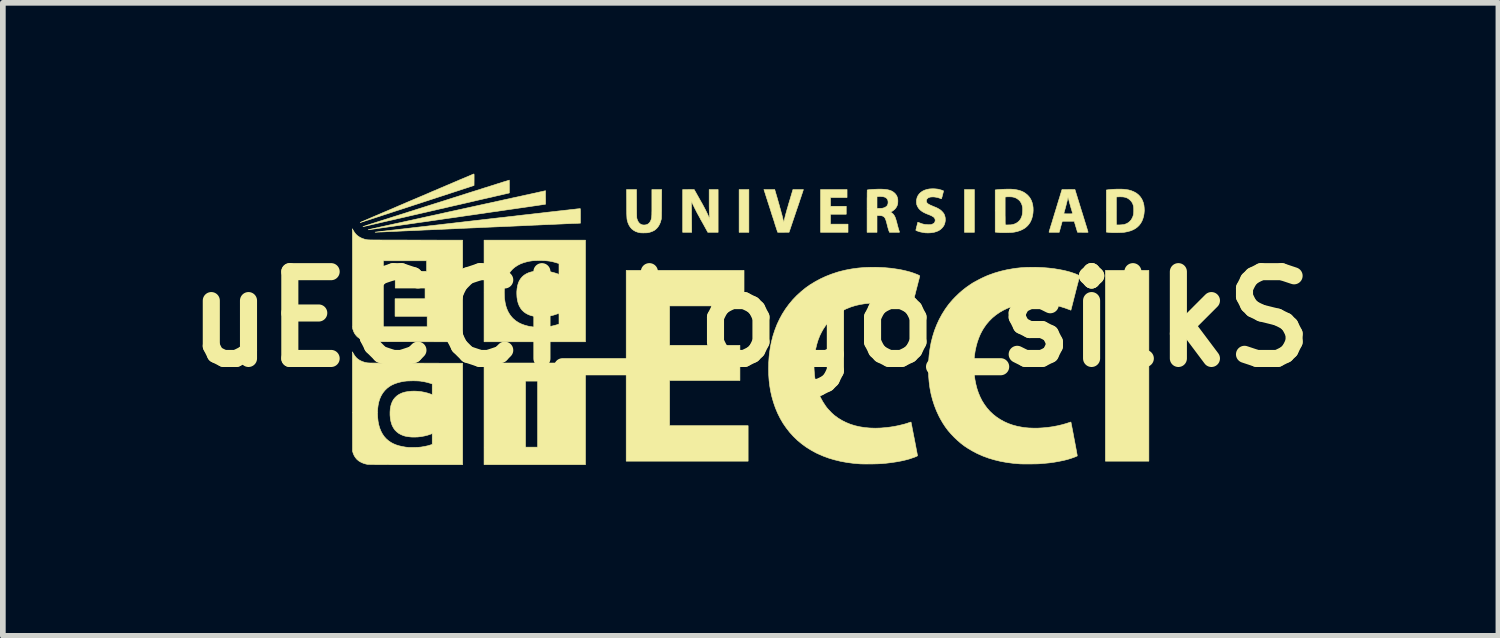
<source format=kicad_pcb>
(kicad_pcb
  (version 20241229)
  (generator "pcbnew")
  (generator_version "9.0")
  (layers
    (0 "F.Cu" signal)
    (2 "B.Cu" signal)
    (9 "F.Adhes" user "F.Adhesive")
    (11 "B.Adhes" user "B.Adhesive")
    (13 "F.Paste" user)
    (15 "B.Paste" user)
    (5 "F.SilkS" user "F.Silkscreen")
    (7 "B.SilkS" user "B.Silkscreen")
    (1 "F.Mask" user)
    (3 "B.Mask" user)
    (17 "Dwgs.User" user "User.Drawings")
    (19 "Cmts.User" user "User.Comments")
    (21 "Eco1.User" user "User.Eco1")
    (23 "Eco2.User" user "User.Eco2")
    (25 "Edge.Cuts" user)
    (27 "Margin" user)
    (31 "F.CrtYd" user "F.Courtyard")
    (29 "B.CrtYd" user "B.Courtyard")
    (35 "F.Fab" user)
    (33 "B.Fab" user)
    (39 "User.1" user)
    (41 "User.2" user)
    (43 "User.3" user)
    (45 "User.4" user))
  (footprint "uECCI_Logo_silkS"
    (layer "F.Cu")
    (at 10.131 2.555)
    (property "Reference" "uECCI_Logo_silkS" (at 0 0 0) (layer "F.SilkS") (effects (font (size 1.524 1.524) (thickness 0.3))))
    (attr through_hole)
    (fp_poly (pts (xy -0.031 -1.525) (xy -0.202 -1.525) (xy -0.202 -2.277) (xy -0.031 -2.277) (xy -0.031 -1.525)) (stroke (width 0.01) (type solid)) (fill yes) (layer "F.SilkS"))
    (fp_poly (pts (xy 3.929 -1.525) (xy 3.755 -1.525) (xy 3.755 -2.277) (xy 3.929 -2.277) (xy 3.929 -1.525)) (stroke (width 0.01) (type solid)) (fill yes) (layer "F.SilkS"))
    (fp_poly (pts (xy 6.993 2.493) (xy 6.23 2.493) (xy 6.23 -0.858) (xy 6.993 -0.858) (xy 6.993 2.493)) (stroke (width 0.01) (type solid)) (fill yes) (layer "F.SilkS"))
    (fp_poly (pts (xy -2.9 2.554) (xy -4.681 2.554) (xy -4.681 1.087) (xy -3.953 1.087) (xy -3.953 2.247) (xy -3.741 2.247) (xy -3.741 1.087) (xy -3.953 1.087) (xy -4.681 1.087) (xy -4.681 0.769) (xy -2.9 0.769) (xy -2.9 2.554)) (stroke (width 0.01) (type solid)) (fill yes) (layer "F.SilkS"))
    (fp_poly (pts (xy -0.116 -0.233) (xy -1.423 -0.233) (xy -1.423 0.458) (xy -0.188 0.458) (xy -0.188 1.077) (xy -1.423 1.077) (xy -1.423 1.87) (xy -0.044 1.87) (xy -0.044 2.493) (xy -2.185 2.493) (xy -2.185 -0.858) (xy -0.116 -0.858) (xy -0.116 -0.233)) (stroke (width 0.01) (type solid)) (fill yes) (layer "F.SilkS"))
    (fp_poly (pts (xy 1.693 -2.137) (xy 1.402 -2.137) (xy 1.402 -1.983) (xy 1.679 -1.983) (xy 1.679 -1.843) (xy 1.402 -1.843) (xy 1.402 -1.669) (xy 1.71 -1.669) (xy 1.71 -1.525) (xy 1.228 -1.525) (xy 1.228 -2.277) (xy 1.693 -2.277) (xy 1.693 -2.137)) (stroke (width 0.01) (type solid)) (fill yes) (layer "F.SilkS"))
    (fp_poly (pts (xy -0.991 -2.276) (xy -0.906 -2.125) (xy -0.875 -2.07) (xy -0.847 -2.021) (xy -0.823 -1.976) (xy -0.801 -1.935) (xy -0.782 -1.897) (xy -0.765 -1.862) (xy -0.75 -1.83) (xy -0.737 -1.8) (xy -0.718 -1.756) (xy -0.72 -1.783) (xy -0.722 -1.812) (xy -0.723 -1.838) (xy -0.725 -1.864) (xy -0.726 -1.89) (xy -0.727 -1.917) (xy -0.727 -1.946) (xy -0.728 -1.979) (xy -0.728 -2.016) (xy -0.728 -2.057) (xy -0.728 -2.095) (xy -0.728 -2.277) (xy -0.571 -2.277) (xy -0.571 -1.525) (xy -0.751 -1.525) (xy -0.847 -1.699) (xy -0.877 -1.752) (xy -0.877 -1.752) (xy -0.718 -1.752) (xy -0.716 -1.751) (xy -0.715 -1.752) (xy -0.716 -1.754) (xy -0.718 -1.752) (xy -0.877 -1.752) (xy -0.903 -1.801) (xy -0.927 -1.844) (xy -0.948 -1.883) (xy -0.966 -1.919) (xy -0.983 -1.952) (xy -0.997 -1.981) (xy -1.011 -2.009) (xy -1.023 -2.036) (xy -1.025 -2.04) (xy -1.031 -2.054) (xy -1.037 -2.064) (xy -1.04 -2.071) (xy -1.041 -2.071) (xy -1.041 -2.071) (xy -1.041 -2.066) (xy -1.041 -2.054) (xy -1.04 -2.037) (xy -1.04 -2.015) (xy -1.039 -1.988) (xy -1.039 -1.957) (xy -1.038 -1.922) (xy -1.038 -1.885) (xy -1.038 -1.845) (xy -1.037 -1.803) (xy -1.037 -1.793) (xy -1.035 -1.525) (xy -1.193 -1.525) (xy -1.193 -2.277) (xy -0.991 -2.276)) (stroke (width 0.01) (type solid)) (fill yes) (layer "F.SilkS"))
    (fp_poly (pts (xy -4.859 -2.55) (xy -4.858 -2.547) (xy -4.857 -2.543) (xy -4.856 -2.535) (xy -4.856 -2.523) (xy -4.856 -2.507) (xy -4.856 -2.486) (xy -4.856 -2.459) (xy -4.856 -2.45) (xy -4.857 -2.348) (xy -5.856 -2.022) (xy -5.936 -1.996) (xy -6.015 -1.97) (xy -6.091 -1.945) (xy -6.165 -1.921) (xy -6.237 -1.898) (xy -6.307 -1.875) (xy -6.373 -1.853) (xy -6.436 -1.833) (xy -6.496 -1.813) (xy -6.552 -1.795) (xy -6.604 -1.778) (xy -6.652 -1.762) (xy -6.695 -1.748) (xy -6.734 -1.736) (xy -6.768 -1.725) (xy -6.797 -1.715) (xy -6.82 -1.708) (xy -6.837 -1.702) (xy -6.849 -1.698) (xy -6.855 -1.696) (xy -6.855 -1.696) (xy -6.856 -1.699) (xy -6.856 -1.699) (xy -6.853 -1.7) (xy -6.844 -1.704) (xy -6.829 -1.711) (xy -6.809 -1.719) (xy -6.783 -1.73) (xy -6.753 -1.743) (xy -6.718 -1.758) (xy -6.679 -1.775) (xy -6.636 -1.794) (xy -6.589 -1.814) (xy -6.539 -1.835) (xy -6.486 -1.858) (xy -6.43 -1.882) (xy -6.371 -1.907) (xy -6.31 -1.933) (xy -6.247 -1.96) (xy -6.183 -1.988) (xy -6.117 -2.016) (xy -6.05 -2.045) (xy -5.982 -2.074) (xy -5.914 -2.103) (xy -5.845 -2.132) (xy -5.777 -2.161) (xy -5.709 -2.19) (xy -5.641 -2.219) (xy -5.575 -2.248) (xy -5.509 -2.275) (xy -5.445 -2.303) (xy -5.383 -2.329) (xy -5.323 -2.355) (xy -5.265 -2.379) (xy -5.21 -2.403) (xy -5.158 -2.425) (xy -5.11 -2.446) (xy -5.064 -2.465) (xy -5.023 -2.482) (xy -4.985 -2.498) (xy -4.952 -2.512) (xy -4.924 -2.524) (xy -4.901 -2.534) (xy -4.883 -2.542) (xy -4.87 -2.547) (xy -4.863 -2.55) (xy -4.862 -2.55) (xy -4.86 -2.55) (xy -4.859 -2.55)) (stroke (width 0.01) (type solid)) (fill yes) (layer "F.SilkS"))
    (fp_poly (pts (xy -6.982 -1.566) (xy -6.959 -1.528) (xy -6.933 -1.494) (xy -6.903 -1.466) (xy -6.868 -1.442) (xy -6.829 -1.422) (xy -6.784 -1.406) (xy -6.743 -1.396) (xy -6.74 -1.396) (xy -6.736 -1.395) (xy -6.731 -1.395) (xy -6.725 -1.394) (xy -6.718 -1.394) (xy -6.709 -1.393) (xy -6.698 -1.393) (xy -6.685 -1.392) (xy -6.669 -1.392) (xy -6.651 -1.392) (xy -6.63 -1.391) (xy -6.606 -1.391) (xy -6.578 -1.391) (xy -6.547 -1.391) (xy -6.511 -1.391) (xy -6.472 -1.39) (xy -6.427 -1.39) (xy -6.378 -1.39) (xy -6.324 -1.39) (xy -6.265 -1.39) (xy -6.2 -1.39) (xy -6.13 -1.39) (xy -6.053 -1.39) (xy -5.97 -1.389) (xy -5.886 -1.389) (xy -5.057 -1.388) (xy -5.057 0.397) (xy -5.867 0.396) (xy -5.941 0.396) (xy -6.013 0.396) (xy -6.084 0.396) (xy -6.152 0.396) (xy -6.217 0.396) (xy -6.279 0.396) (xy -6.339 0.396) (xy -6.394 0.395) (xy -6.446 0.395) (xy -6.494 0.395) (xy -6.537 0.395) (xy -6.575 0.395) (xy -6.609 0.395) (xy -6.637 0.395) (xy -6.659 0.395) (xy -6.675 0.395) (xy -6.685 0.394) (xy -6.689 0.394) (xy -6.74 0.386) (xy -6.788 0.374) (xy -6.831 0.357) (xy -6.87 0.336) (xy -6.904 0.311) (xy -6.916 0.299) (xy -6.937 0.275) (xy -6.954 0.25) (xy -6.969 0.221) (xy -6.981 0.188) (xy -6.982 0.186) (xy -6.991 0.156) (xy -6.992 -0.716) (xy -6.992 -1.026) (xy -6.449 -1.026) (xy -6.449 0.133) (xy -5.68 0.133) (xy -5.68 -0.051) (xy -6.244 -0.051) (xy -6.244 -0.359) (xy -5.717 -0.359) (xy -5.717 -0.547) (xy -6.241 -0.547) (xy -6.241 -0.841) (xy -5.69 -0.841) (xy -5.69 -1.026) (xy -6.449 -1.026) (xy -6.992 -1.026) (xy -6.993 -1.588) (xy -6.982 -1.566)) (stroke (width 0.01) (type solid)) (fill yes) (layer "F.SilkS"))
    (fp_poly (pts (xy -3.602 -2.138) (xy -3.601 -2.11) (xy -3.601 -2.085) (xy -3.601 -2.062) (xy -3.601 -2.044) (xy -3.601 -2.03) (xy -3.602 -2.021) (xy -3.602 -2.019) (xy -3.605 -2.018) (xy -3.615 -2.017) (xy -3.631 -2.014) (xy -3.654 -2.011) (xy -3.682 -2.007) (xy -3.715 -2.002) (xy -3.754 -1.996) (xy -3.797 -1.99) (xy -3.845 -1.983) (xy -3.898 -1.975) (xy -3.955 -1.967) (xy -4.016 -1.958) (xy -4.081 -1.949) (xy -4.148 -1.939) (xy -4.22 -1.929) (xy -4.294 -1.918) (xy -4.37 -1.907) (xy -4.449 -1.895) (xy -4.53 -1.884) (xy -4.613 -1.872) (xy -4.698 -1.859) (xy -4.784 -1.847) (xy -4.871 -1.834) (xy -4.959 -1.822) (xy -5.047 -1.809) (xy -5.136 -1.796) (xy -5.225 -1.783) (xy -5.314 -1.771) (xy -5.402 -1.758) (xy -5.489 -1.745) (xy -5.576 -1.733) (xy -5.661 -1.72) (xy -5.745 -1.708) (xy -5.827 -1.697) (xy -5.907 -1.685) (xy -5.985 -1.674) (xy -6.06 -1.663) (xy -6.133 -1.653) (xy -6.202 -1.643) (xy -6.268 -1.633) (xy -6.331 -1.624) (xy -6.39 -1.616) (xy -6.444 -1.608) (xy -6.495 -1.601) (xy -6.541 -1.594) (xy -6.582 -1.588) (xy -6.617 -1.583) (xy -6.648 -1.579) (xy -6.673 -1.575) (xy -6.692 -1.573) (xy -6.705 -1.571) (xy -6.711 -1.57) (xy -6.712 -1.57) (xy -6.715 -1.571) (xy -6.713 -1.572) (xy -6.709 -1.573) (xy -6.699 -1.575) (xy -6.683 -1.579) (xy -6.66 -1.584) (xy -6.632 -1.59) (xy -6.598 -1.597) (xy -6.559 -1.606) (xy -6.514 -1.616) (xy -6.465 -1.627) (xy -6.41 -1.639) (xy -6.352 -1.652) (xy -6.288 -1.666) (xy -6.221 -1.681) (xy -6.149 -1.696) (xy -6.074 -1.713) (xy -5.995 -1.73) (xy -5.913 -1.748) (xy -5.828 -1.767) (xy -5.739 -1.787) (xy -5.648 -1.807) (xy -5.555 -1.827) (xy -5.459 -1.848) (xy -5.361 -1.87) (xy -5.261 -1.892) (xy -5.16 -1.914) (xy -5.155 -1.915) (xy -3.602 -2.256) (xy -3.602 -2.138)) (stroke (width 0.01) (type solid)) (fill yes) (layer "F.SilkS"))
    (fp_poly (pts (xy 0.428 -2.259) (xy 0.449 -2.187) (xy 0.469 -2.12) (xy 0.486 -2.059) (xy 0.502 -2.004) (xy 0.515 -1.955) (xy 0.528 -1.911) (xy 0.538 -1.871) (xy 0.548 -1.837) (xy 0.556 -1.806) (xy 0.562 -1.78) (xy 0.568 -1.757) (xy 0.572 -1.738) (xy 0.575 -1.722) (xy 0.575 -1.722) (xy 0.577 -1.712) (xy 0.58 -1.705) (xy 0.581 -1.703) (xy 0.581 -1.704) (xy 0.583 -1.708) (xy 0.586 -1.719) (xy 0.589 -1.733) (xy 0.593 -1.749) (xy 0.593 -1.751) (xy 0.598 -1.77) (xy 0.603 -1.791) (xy 0.608 -1.813) (xy 0.615 -1.838) (xy 0.622 -1.865) (xy 0.631 -1.895) (xy 0.64 -1.93) (xy 0.652 -1.969) (xy 0.664 -2.012) (xy 0.679 -2.062) (xy 0.688 -2.092) (xy 0.743 -2.277) (xy 0.835 -2.277) (xy 0.859 -2.277) (xy 0.881 -2.277) (xy 0.9 -2.277) (xy 0.914 -2.276) (xy 0.923 -2.276) (xy 0.927 -2.275) (xy 0.927 -2.275) (xy 0.926 -2.271) (xy 0.922 -2.262) (xy 0.917 -2.246) (xy 0.911 -2.226) (xy 0.902 -2.201) (xy 0.892 -2.171) (xy 0.881 -2.137) (xy 0.868 -2.1) (xy 0.855 -2.059) (xy 0.84 -2.015) (xy 0.825 -1.97) (xy 0.808 -1.922) (xy 0.801 -1.9) (xy 0.675 -1.527) (xy 0.576 -1.526) (xy 0.55 -1.526) (xy 0.527 -1.526) (xy 0.507 -1.526) (xy 0.491 -1.526) (xy 0.48 -1.527) (xy 0.475 -1.527) (xy 0.474 -1.528) (xy 0.473 -1.531) (xy 0.47 -1.541) (xy 0.465 -1.556) (xy 0.458 -1.577) (xy 0.45 -1.602) (xy 0.44 -1.632) (xy 0.429 -1.665) (xy 0.418 -1.703) (xy 0.405 -1.743) (xy 0.391 -1.786) (xy 0.376 -1.831) (xy 0.361 -1.878) (xy 0.361 -1.879) (xy 0.346 -1.927) (xy 0.331 -1.973) (xy 0.317 -2.017) (xy 0.303 -2.059) (xy 0.291 -2.098) (xy 0.279 -2.134) (xy 0.269 -2.166) (xy 0.26 -2.194) (xy 0.253 -2.217) (xy 0.247 -2.234) (xy 0.243 -2.247) (xy 0.241 -2.253) (xy 0.233 -2.277) (xy 0.423 -2.277) (xy 0.428 -2.259)) (stroke (width 0.01) (type solid)) (fill yes) (layer "F.SilkS"))
    (fp_poly (pts (xy -2.003 -2.03) (xy -2.003 -1.983) (xy -2.003 -1.942) (xy -2.002 -1.906) (xy -2.002 -1.876) (xy -2.002 -1.851) (xy -2.001 -1.83) (xy -2.001 -1.813) (xy -2 -1.8) (xy -2 -1.789) (xy -1.999 -1.78) (xy -1.998 -1.774) (xy -1.997 -1.768) (xy -1.996 -1.764) (xy -1.996 -1.763) (xy -1.984 -1.73) (xy -1.969 -1.704) (xy -1.951 -1.683) (xy -1.93 -1.668) (xy -1.905 -1.658) (xy -1.892 -1.655) (xy -1.872 -1.654) (xy -1.852 -1.655) (xy -1.851 -1.655) (xy -1.822 -1.662) (xy -1.798 -1.674) (xy -1.778 -1.692) (xy -1.762 -1.715) (xy -1.749 -1.743) (xy -1.74 -1.777) (xy -1.737 -1.799) (xy -1.737 -1.808) (xy -1.736 -1.823) (xy -1.735 -1.845) (xy -1.735 -1.871) (xy -1.734 -1.903) (xy -1.734 -1.939) (xy -1.734 -1.978) (xy -1.734 -2.021) (xy -1.734 -2.052) (xy -1.734 -2.277) (xy -1.562 -2.277) (xy -1.564 -2.027) (xy -1.564 -1.979) (xy -1.564 -1.938) (xy -1.564 -1.903) (xy -1.565 -1.872) (xy -1.565 -1.847) (xy -1.565 -1.826) (xy -1.566 -1.808) (xy -1.566 -1.794) (xy -1.567 -1.782) (xy -1.567 -1.773) (xy -1.568 -1.765) (xy -1.569 -1.758) (xy -1.57 -1.752) (xy -1.572 -1.746) (xy -1.572 -1.746) (xy -1.585 -1.7) (xy -1.603 -1.659) (xy -1.625 -1.623) (xy -1.651 -1.592) (xy -1.682 -1.566) (xy -1.697 -1.556) (xy -1.716 -1.547) (xy -1.739 -1.537) (xy -1.764 -1.529) (xy -1.789 -1.522) (xy -1.81 -1.518) (xy -1.824 -1.517) (xy -1.842 -1.516) (xy -1.863 -1.516) (xy -1.885 -1.515) (xy -1.905 -1.516) (xy -1.922 -1.516) (xy -1.934 -1.517) (xy -1.978 -1.526) (xy -2.019 -1.54) (xy -2.054 -1.56) (xy -2.086 -1.584) (xy -2.112 -1.614) (xy -2.134 -1.648) (xy -2.152 -1.688) (xy -2.154 -1.694) (xy -2.158 -1.706) (xy -2.161 -1.717) (xy -2.164 -1.728) (xy -2.167 -1.738) (xy -2.169 -1.749) (xy -2.171 -1.761) (xy -2.172 -1.774) (xy -2.173 -1.79) (xy -2.174 -1.808) (xy -2.175 -1.83) (xy -2.176 -1.856) (xy -2.176 -1.886) (xy -2.177 -1.921) (xy -2.177 -1.961) (xy -2.177 -2.007) (xy -2.177 -2.03) (xy -2.179 -2.277) (xy -2.004 -2.277) (xy -2.003 -2.03)) (stroke (width 0.01) (type solid)) (fill yes) (layer "F.SilkS"))
    (fp_poly (pts (xy 4.574 -2.283) (xy 4.628 -2.279) (xy 4.676 -2.271) (xy 4.719 -2.261) (xy 4.759 -2.247) (xy 4.795 -2.23) (xy 4.827 -2.209) (xy 4.858 -2.184) (xy 4.86 -2.182) (xy 4.882 -2.159) (xy 4.901 -2.136) (xy 4.916 -2.11) (xy 4.928 -2.088) (xy 4.943 -2.048) (xy 4.954 -2.004) (xy 4.96 -1.958) (xy 4.961 -1.91) (xy 4.958 -1.862) (xy 4.95 -1.815) (xy 4.938 -1.769) (xy 4.921 -1.727) (xy 4.905 -1.696) (xy 4.88 -1.66) (xy 4.85 -1.628) (xy 4.816 -1.6) (xy 4.777 -1.577) (xy 4.734 -1.557) (xy 4.685 -1.541) (xy 4.63 -1.529) (xy 4.614 -1.527) (xy 4.599 -1.525) (xy 4.578 -1.523) (xy 4.553 -1.522) (xy 4.524 -1.521) (xy 4.495 -1.52) (xy 4.465 -1.52) (xy 4.437 -1.52) (xy 4.411 -1.52) (xy 4.388 -1.521) (xy 4.379 -1.521) (xy 4.36 -1.523) (xy 4.341 -1.525) (xy 4.325 -1.526) (xy 4.32 -1.527) (xy 4.295 -1.529) (xy 4.295 -2.144) (xy 4.469 -2.144) (xy 4.469 -1.902) (xy 4.469 -1.862) (xy 4.469 -1.824) (xy 4.47 -1.788) (xy 4.47 -1.756) (xy 4.47 -1.727) (xy 4.47 -1.702) (xy 4.471 -1.683) (xy 4.471 -1.668) (xy 4.471 -1.66) (xy 4.472 -1.657) (xy 4.476 -1.656) (xy 4.486 -1.655) (xy 4.5 -1.655) (xy 4.517 -1.655) (xy 4.535 -1.656) (xy 4.553 -1.656) (xy 4.57 -1.657) (xy 4.583 -1.659) (xy 4.59 -1.66) (xy 4.629 -1.67) (xy 4.665 -1.686) (xy 4.695 -1.707) (xy 4.721 -1.732) (xy 4.743 -1.763) (xy 4.759 -1.798) (xy 4.767 -1.824) (xy 4.771 -1.845) (xy 4.774 -1.871) (xy 4.776 -1.899) (xy 4.777 -1.927) (xy 4.776 -1.952) (xy 4.774 -1.969) (xy 4.765 -2.007) (xy 4.75 -2.042) (xy 4.731 -2.072) (xy 4.706 -2.097) (xy 4.677 -2.118) (xy 4.661 -2.127) (xy 4.641 -2.135) (xy 4.624 -2.141) (xy 4.605 -2.145) (xy 4.585 -2.148) (xy 4.561 -2.149) (xy 4.541 -2.149) (xy 4.522 -2.149) (xy 4.505 -2.149) (xy 4.491 -2.148) (xy 4.481 -2.147) (xy 4.479 -2.147) (xy 4.469 -2.144) (xy 4.295 -2.144) (xy 4.295 -2.27) (xy 4.331 -2.274) (xy 4.425 -2.281) (xy 4.515 -2.284) (xy 4.574 -2.283)) (stroke (width 0.01) (type solid)) (fill yes) (layer "F.SilkS"))
    (fp_poly (pts (xy -4.238 -2.438) (xy -4.238 -2.429) (xy -4.238 -2.414) (xy -4.237 -2.395) (xy -4.237 -2.373) (xy -4.237 -2.347) (xy -4.237 -2.329) (xy -4.237 -2.217) (xy -4.244 -2.215) (xy -4.248 -2.214) (xy -4.259 -2.211) (xy -4.275 -2.208) (xy -4.298 -2.202) (xy -4.326 -2.196) (xy -4.359 -2.188) (xy -4.398 -2.179) (xy -4.443 -2.169) (xy -4.491 -2.158) (xy -4.545 -2.145) (xy -4.603 -2.132) (xy -4.665 -2.118) (xy -4.731 -2.103) (xy -4.8 -2.087) (xy -4.873 -2.07) (xy -4.949 -2.052) (xy -5.029 -2.034) (xy -5.11 -2.015) (xy -5.195 -1.996) (xy -5.282 -1.976) (xy -5.37 -1.955) (xy -5.461 -1.935) (xy -5.524 -1.92) (xy -5.616 -1.899) (xy -5.706 -1.878) (xy -5.794 -1.858) (xy -5.88 -1.838) (xy -5.964 -1.819) (xy -6.045 -1.8) (xy -6.123 -1.782) (xy -6.198 -1.765) (xy -6.27 -1.748) (xy -6.339 -1.733) (xy -6.403 -1.718) (xy -6.464 -1.704) (xy -6.52 -1.691) (xy -6.572 -1.679) (xy -6.62 -1.668) (xy -6.662 -1.658) (xy -6.7 -1.649) (xy -6.731 -1.642) (xy -6.758 -1.636) (xy -6.778 -1.631) (xy -6.793 -1.628) (xy -6.801 -1.626) (xy -6.803 -1.625) (xy -6.807 -1.625) (xy -6.807 -1.627) (xy -6.803 -1.628) (xy -6.793 -1.631) (xy -6.778 -1.636) (xy -6.756 -1.643) (xy -6.73 -1.652) (xy -6.698 -1.662) (xy -6.661 -1.674) (xy -6.619 -1.687) (xy -6.573 -1.702) (xy -6.523 -1.718) (xy -6.47 -1.735) (xy -6.412 -1.753) (xy -6.352 -1.772) (xy -6.288 -1.793) (xy -6.221 -1.814) (xy -6.152 -1.836) (xy -6.081 -1.858) (xy -6.008 -1.882) (xy -5.933 -1.905) (xy -5.857 -1.93) (xy -5.78 -1.954) (xy -5.702 -1.979) (xy -5.623 -2.004) (xy -5.544 -2.029) (xy -5.464 -2.054) (xy -5.385 -2.079) (xy -5.307 -2.104) (xy -5.229 -2.129) (xy -5.152 -2.153) (xy -5.076 -2.177) (xy -5.002 -2.201) (xy -4.93 -2.224) (xy -4.86 -2.246) (xy -4.792 -2.267) (xy -4.727 -2.288) (xy -4.665 -2.308) (xy -4.605 -2.326) (xy -4.55 -2.344) (xy -4.498 -2.36) (xy -4.45 -2.376) (xy -4.406 -2.389) (xy -4.367 -2.402) (xy -4.332 -2.413) (xy -4.302 -2.422) (xy -4.278 -2.429) (xy -4.26 -2.435) (xy -4.247 -2.439) (xy -4.24 -2.441) (xy -4.239 -2.442) (xy -4.238 -2.438)) (stroke (width 0.01) (type solid)) (fill yes) (layer "F.SilkS"))
    (fp_poly (pts (xy 6.496 -2.284) (xy 6.545 -2.282) (xy 6.589 -2.277) (xy 6.628 -2.271) (xy 6.632 -2.271) (xy 6.682 -2.257) (xy 6.727 -2.239) (xy 6.768 -2.217) (xy 6.805 -2.189) (xy 6.836 -2.157) (xy 6.862 -2.121) (xy 6.88 -2.087) (xy 6.895 -2.047) (xy 6.906 -2.003) (xy 6.911 -1.956) (xy 6.913 -1.908) (xy 6.909 -1.86) (xy 6.902 -1.813) (xy 6.889 -1.768) (xy 6.873 -1.727) (xy 6.871 -1.722) (xy 6.848 -1.682) (xy 6.821 -1.647) (xy 6.79 -1.617) (xy 6.755 -1.591) (xy 6.714 -1.569) (xy 6.669 -1.551) (xy 6.618 -1.537) (xy 6.565 -1.527) (xy 6.549 -1.525) (xy 6.527 -1.523) (xy 6.5 -1.522) (xy 6.471 -1.521) (xy 6.441 -1.52) (xy 6.411 -1.52) (xy 6.382 -1.52) (xy 6.356 -1.52) (xy 6.333 -1.521) (xy 6.329 -1.522) (xy 6.311 -1.523) (xy 6.293 -1.525) (xy 6.277 -1.526) (xy 6.27 -1.527) (xy 6.247 -1.529) (xy 6.247 -2.144) (xy 6.422 -2.144) (xy 6.422 -1.902) (xy 6.422 -1.862) (xy 6.422 -1.824) (xy 6.422 -1.788) (xy 6.422 -1.756) (xy 6.423 -1.727) (xy 6.423 -1.702) (xy 6.423 -1.682) (xy 6.424 -1.668) (xy 6.424 -1.659) (xy 6.424 -1.657) (xy 6.429 -1.656) (xy 6.439 -1.655) (xy 6.454 -1.655) (xy 6.471 -1.655) (xy 6.49 -1.656) (xy 6.509 -1.657) (xy 6.527 -1.659) (xy 6.543 -1.66) (xy 6.555 -1.662) (xy 6.56 -1.663) (xy 6.597 -1.676) (xy 6.63 -1.694) (xy 6.658 -1.717) (xy 6.682 -1.744) (xy 6.698 -1.772) (xy 6.709 -1.794) (xy 6.716 -1.815) (xy 6.722 -1.836) (xy 6.725 -1.859) (xy 6.727 -1.885) (xy 6.727 -1.911) (xy 6.727 -1.942) (xy 6.725 -1.967) (xy 6.722 -1.988) (xy 6.716 -2.008) (xy 6.709 -2.028) (xy 6.702 -2.042) (xy 6.691 -2.06) (xy 6.675 -2.079) (xy 6.657 -2.097) (xy 6.638 -2.112) (xy 6.622 -2.123) (xy 6.6 -2.133) (xy 6.579 -2.14) (xy 6.556 -2.145) (xy 6.529 -2.148) (xy 6.498 -2.149) (xy 6.494 -2.149) (xy 6.475 -2.149) (xy 6.457 -2.148) (xy 6.443 -2.148) (xy 6.434 -2.147) (xy 6.431 -2.147) (xy 6.422 -2.144) (xy 6.247 -2.144) (xy 6.247 -2.269) (xy 6.281 -2.273) (xy 6.336 -2.279) (xy 6.39 -2.282) (xy 6.444 -2.284) (xy 6.496 -2.284)) (stroke (width 0.01) (type solid)) (fill yes) (layer "F.SilkS"))
    (fp_poly (pts (xy 5.695 -2.276) (xy 5.81 -1.903) (xy 5.826 -1.854) (xy 5.84 -1.807) (xy 5.854 -1.762) (xy 5.867 -1.72) (xy 5.879 -1.681) (xy 5.89 -1.646) (xy 5.9 -1.614) (xy 5.908 -1.587) (xy 5.915 -1.564) (xy 5.92 -1.546) (xy 5.924 -1.534) (xy 5.926 -1.528) (xy 5.926 -1.528) (xy 5.923 -1.527) (xy 5.913 -1.526) (xy 5.899 -1.526) (xy 5.881 -1.526) (xy 5.859 -1.526) (xy 5.835 -1.526) (xy 5.833 -1.526) (xy 5.74 -1.527) (xy 5.682 -1.72) (xy 5.472 -1.72) (xy 5.455 -1.658) (xy 5.448 -1.635) (xy 5.442 -1.612) (xy 5.436 -1.59) (xy 5.431 -1.571) (xy 5.428 -1.56) (xy 5.418 -1.525) (xy 5.328 -1.525) (xy 5.301 -1.525) (xy 5.28 -1.525) (xy 5.264 -1.525) (xy 5.253 -1.526) (xy 5.246 -1.527) (xy 5.242 -1.528) (xy 5.24 -1.529) (xy 5.24 -1.531) (xy 5.24 -1.531) (xy 5.242 -1.537) (xy 5.245 -1.548) (xy 5.25 -1.565) (xy 5.257 -1.587) (xy 5.265 -1.614) (xy 5.274 -1.644) (xy 5.285 -1.678) (xy 5.296 -1.714) (xy 5.307 -1.752) (xy 5.32 -1.793) (xy 5.332 -1.834) (xy 5.338 -1.852) (xy 5.499 -1.852) (xy 5.502 -1.852) (xy 5.511 -1.851) (xy 5.525 -1.851) (xy 5.543 -1.85) (xy 5.564 -1.85) (xy 5.577 -1.85) (xy 5.6 -1.85) (xy 5.619 -1.85) (xy 5.636 -1.851) (xy 5.648 -1.851) (xy 5.655 -1.851) (xy 5.656 -1.852) (xy 5.655 -1.855) (xy 5.652 -1.865) (xy 5.648 -1.879) (xy 5.643 -1.897) (xy 5.637 -1.918) (xy 5.63 -1.94) (xy 5.622 -1.967) (xy 5.614 -1.996) (xy 5.606 -2.025) (xy 5.598 -2.052) (xy 5.592 -2.075) (xy 5.59 -2.084) (xy 5.585 -2.103) (xy 5.58 -2.118) (xy 5.576 -2.13) (xy 5.574 -2.136) (xy 5.573 -2.137) (xy 5.571 -2.132) (xy 5.569 -2.122) (xy 5.565 -2.107) (xy 5.561 -2.09) (xy 5.557 -2.073) (xy 5.552 -2.052) (xy 5.545 -2.026) (xy 5.538 -1.997) (xy 5.53 -1.968) (xy 5.523 -1.94) (xy 5.521 -1.934) (xy 5.515 -1.912) (xy 5.509 -1.892) (xy 5.505 -1.875) (xy 5.501 -1.862) (xy 5.499 -1.854) (xy 5.499 -1.852) (xy 5.338 -1.852) (xy 5.345 -1.876) (xy 5.358 -1.918) (xy 5.371 -1.96) (xy 5.383 -2.001) (xy 5.395 -2.04) (xy 5.406 -2.077) (xy 5.417 -2.112) (xy 5.427 -2.143) (xy 5.435 -2.171) (xy 5.442 -2.194) (xy 5.448 -2.213) (xy 5.452 -2.226) (xy 5.454 -2.234) (xy 5.468 -2.277) (xy 5.695 -2.276)) (stroke (width 0.01) (type solid)) (fill yes) (layer "F.SilkS"))
    (fp_poly (pts (xy -2.992 -1.941) (xy -2.991 -1.936) (xy -2.99 -1.928) (xy -2.99 -1.916) (xy -2.989 -1.898) (xy -2.989 -1.876) (xy -2.989 -1.847) (xy -2.989 -1.814) (xy -2.989 -1.686) (xy -3.006 -1.686) (xy -3.01 -1.686) (xy -3.021 -1.685) (xy -3.038 -1.684) (xy -3.061 -1.683) (xy -3.09 -1.682) (xy -3.125 -1.681) (xy -3.165 -1.679) (xy -3.211 -1.677) (xy -3.261 -1.675) (xy -3.315 -1.672) (xy -3.374 -1.67) (xy -3.438 -1.667) (xy -3.505 -1.664) (xy -3.576 -1.661) (xy -3.65 -1.658) (xy -3.727 -1.654) (xy -3.807 -1.651) (xy -3.89 -1.647) (xy -3.975 -1.643) (xy -4.063 -1.639) (xy -4.152 -1.635) (xy -4.243 -1.631) (xy -4.335 -1.627) (xy -4.429 -1.623) (xy -4.523 -1.619) (xy -4.618 -1.615) (xy -4.714 -1.611) (xy -4.81 -1.606) (xy -4.906 -1.602) (xy -5.001 -1.598) (xy -5.096 -1.594) (xy -5.19 -1.589) (xy -5.283 -1.585) (xy -5.375 -1.581) (xy -5.465 -1.577) (xy -5.554 -1.573) (xy -5.641 -1.569) (xy -5.725 -1.566) (xy -5.806 -1.562) (xy -5.885 -1.558) (xy -5.961 -1.555) (xy -6.034 -1.552) (xy -6.103 -1.549) (xy -6.169 -1.546) (xy -6.23 -1.543) (xy -6.288 -1.54) (xy -6.34 -1.538) (xy -6.389 -1.536) (xy -6.432 -1.534) (xy -6.469 -1.532) (xy -6.502 -1.531) (xy -6.529 -1.53) (xy -6.549 -1.529) (xy -6.564 -1.528) (xy -6.572 -1.527) (xy -6.573 -1.527) (xy -6.584 -1.527) (xy -6.592 -1.527) (xy -6.594 -1.528) (xy -6.594 -1.528) (xy -6.59 -1.529) (xy -6.58 -1.53) (xy -6.564 -1.532) (xy -6.542 -1.535) (xy -6.513 -1.538) (xy -6.48 -1.542) (xy -6.44 -1.547) (xy -6.396 -1.552) (xy -6.347 -1.558) (xy -6.293 -1.564) (xy -6.235 -1.57) (xy -6.173 -1.578) (xy -6.106 -1.585) (xy -6.037 -1.593) (xy -5.963 -1.602) (xy -5.887 -1.611) (xy -5.807 -1.62) (xy -5.725 -1.629) (xy -5.641 -1.639) (xy -5.554 -1.649) (xy -5.465 -1.659) (xy -5.375 -1.67) (xy -5.283 -1.68) (xy -5.19 -1.691) (xy -5.096 -1.702) (xy -5.001 -1.713) (xy -4.905 -1.724) (xy -4.809 -1.735) (xy -4.714 -1.746) (xy -4.618 -1.757) (xy -4.523 -1.768) (xy -4.428 -1.779) (xy -4.335 -1.789) (xy -4.243 -1.8) (xy -4.152 -1.81) (xy -4.062 -1.821) (xy -3.975 -1.831) (xy -3.889 -1.84) (xy -3.807 -1.85) (xy -3.726 -1.859) (xy -3.649 -1.868) (xy -3.574 -1.877) (xy -3.503 -1.885) (xy -3.436 -1.892) (xy -3.372 -1.9) (xy -3.313 -1.906) (xy -3.257 -1.913) (xy -3.207 -1.918) (xy -3.161 -1.924) (xy -3.12 -1.928) (xy -3.084 -1.932) (xy -3.054 -1.936) (xy -3.03 -1.938) (xy -3.011 -1.94) (xy -2.999 -1.942) (xy -2.993 -1.942) (xy -2.993 -1.942) (xy -2.992 -1.941)) (stroke (width 0.01) (type solid)) (fill yes) (layer "F.SilkS"))
    (fp_poly (pts (xy 2.325 -2.282) (xy 2.365 -2.279) (xy 2.401 -2.274) (xy 2.432 -2.267) (xy 2.461 -2.257) (xy 2.482 -2.248) (xy 2.51 -2.23) (xy 2.535 -2.208) (xy 2.555 -2.183) (xy 2.566 -2.165) (xy 2.574 -2.144) (xy 2.58 -2.124) (xy 2.584 -2.103) (xy 2.585 -2.079) (xy 2.585 -2.069) (xy 2.583 -2.034) (xy 2.576 -2.003) (xy 2.563 -1.974) (xy 2.545 -1.947) (xy 2.535 -1.936) (xy 2.522 -1.923) (xy 2.507 -1.911) (xy 2.491 -1.899) (xy 2.477 -1.891) (xy 2.466 -1.886) (xy 2.46 -1.883) (xy 2.459 -1.881) (xy 2.462 -1.878) (xy 2.469 -1.873) (xy 2.478 -1.867) (xy 2.5 -1.849) (xy 2.519 -1.825) (xy 2.535 -1.796) (xy 2.547 -1.764) (xy 2.55 -1.755) (xy 2.554 -1.74) (xy 2.56 -1.721) (xy 2.566 -1.699) (xy 2.572 -1.675) (xy 2.576 -1.66) (xy 2.585 -1.626) (xy 2.593 -1.597) (xy 2.6 -1.574) (xy 2.606 -1.555) (xy 2.611 -1.54) (xy 2.614 -1.531) (xy 2.615 -1.529) (xy 2.614 -1.528) (xy 2.61 -1.527) (xy 2.604 -1.526) (xy 2.594 -1.526) (xy 2.58 -1.525) (xy 2.561 -1.525) (xy 2.535 -1.525) (xy 2.528 -1.525) (xy 2.439 -1.525) (xy 2.432 -1.542) (xy 2.427 -1.555) (xy 2.421 -1.572) (xy 2.415 -1.593) (xy 2.407 -1.62) (xy 2.399 -1.653) (xy 2.392 -1.681) (xy 2.383 -1.712) (xy 2.376 -1.737) (xy 2.368 -1.757) (xy 2.361 -1.773) (xy 2.353 -1.785) (xy 2.344 -1.795) (xy 2.342 -1.797) (xy 2.328 -1.806) (xy 2.313 -1.813) (xy 2.295 -1.817) (xy 2.272 -1.819) (xy 2.256 -1.819) (xy 2.219 -1.819) (xy 2.219 -1.525) (xy 2.045 -1.525) (xy 2.045 -1.896) (xy 2.045 -1.946) (xy 2.045 -1.994) (xy 2.045 -2.039) (xy 2.045 -2.082) (xy 2.045 -2.121) (xy 2.046 -2.15) (xy 2.219 -2.15) (xy 2.219 -1.946) (xy 2.256 -1.946) (xy 2.274 -1.946) (xy 2.293 -1.947) (xy 2.308 -1.948) (xy 2.315 -1.949) (xy 2.338 -1.955) (xy 2.36 -1.964) (xy 2.379 -1.976) (xy 2.392 -1.987) (xy 2.405 -2.007) (xy 2.412 -2.029) (xy 2.414 -2.055) (xy 2.414 -2.06) (xy 2.41 -2.086) (xy 2.4 -2.108) (xy 2.386 -2.125) (xy 2.366 -2.139) (xy 2.34 -2.148) (xy 2.31 -2.153) (xy 2.283 -2.154) (xy 2.266 -2.154) (xy 2.25 -2.154) (xy 2.238 -2.153) (xy 2.232 -2.152) (xy 2.219 -2.15) (xy 2.046 -2.15) (xy 2.046 -2.157) (xy 2.046 -2.188) (xy 2.046 -2.215) (xy 2.047 -2.237) (xy 2.047 -2.254) (xy 2.047 -2.264) (xy 2.048 -2.268) (xy 2.048 -2.269) (xy 2.053 -2.27) (xy 2.065 -2.272) (xy 2.081 -2.274) (xy 2.102 -2.276) (xy 2.125 -2.278) (xy 2.15 -2.279) (xy 2.176 -2.281) (xy 2.202 -2.282) (xy 2.227 -2.283) (xy 2.23 -2.283) (xy 2.28 -2.284) (xy 2.325 -2.282)) (stroke (width 0.01) (type solid)) (fill yes) (layer "F.SilkS"))
    (fp_poly (pts (xy -2.9 0.397) (xy -4.681 0.397) (xy -4.681 -0.474) (xy -4.326 -0.474) (xy -4.325 -0.441) (xy -4.324 -0.409) (xy -4.323 -0.38) (xy -4.321 -0.355) (xy -4.32 -0.351) (xy -4.31 -0.286) (xy -4.296 -0.226) (xy -4.277 -0.172) (xy -4.254 -0.122) (xy -4.225 -0.076) (xy -4.192 -0.034) (xy -4.167 -0.008) (xy -4.126 0.027) (xy -4.079 0.058) (xy -4.028 0.083) (xy -3.972 0.104) (xy -3.91 0.121) (xy -3.891 0.125) (xy -3.868 0.129) (xy -3.847 0.132) (xy -3.828 0.135) (xy -3.808 0.137) (xy -3.788 0.138) (xy -3.764 0.139) (xy -3.737 0.139) (xy -3.705 0.139) (xy -3.688 0.139) (xy -3.656 0.138) (xy -3.629 0.138) (xy -3.607 0.137) (xy -3.588 0.136) (xy -3.571 0.134) (xy -3.555 0.132) (xy -3.541 0.13) (xy -3.515 0.126) (xy -3.486 0.12) (xy -3.457 0.113) (xy -3.43 0.106) (xy -3.405 0.099) (xy -3.386 0.093) (xy -3.384 0.092) (xy -3.365 0.085) (xy -3.365 -0.009) (xy -3.365 -0.037) (xy -3.365 -0.059) (xy -3.365 -0.075) (xy -3.366 -0.087) (xy -3.366 -0.095) (xy -3.367 -0.099) (xy -3.368 -0.101) (xy -3.37 -0.102) (xy -3.371 -0.101) (xy -3.376 -0.1) (xy -3.387 -0.096) (xy -3.401 -0.091) (xy -3.417 -0.086) (xy -3.421 -0.084) (xy -3.47 -0.069) (xy -3.518 -0.058) (xy -3.566 -0.05) (xy -3.618 -0.045) (xy -3.674 -0.043) (xy -3.688 -0.043) (xy -3.723 -0.044) (xy -3.752 -0.045) (xy -3.779 -0.047) (xy -3.803 -0.051) (xy -3.826 -0.056) (xy -3.851 -0.062) (xy -3.855 -0.063) (xy -3.902 -0.08) (xy -3.944 -0.102) (xy -3.981 -0.128) (xy -4.014 -0.159) (xy -4.041 -0.195) (xy -4.064 -0.236) (xy -4.082 -0.282) (xy -4.095 -0.332) (xy -4.103 -0.386) (xy -4.106 -0.445) (xy -4.106 -0.484) (xy -4.101 -0.539) (xy -4.092 -0.59) (xy -4.079 -0.635) (xy -4.061 -0.676) (xy -4.038 -0.712) (xy -4.011 -0.744) (xy -3.979 -0.772) (xy -3.941 -0.796) (xy -3.931 -0.801) (xy -3.895 -0.817) (xy -3.857 -0.829) (xy -3.816 -0.838) (xy -3.771 -0.844) (xy -3.721 -0.847) (xy -3.666 -0.847) (xy -3.661 -0.847) (xy -3.609 -0.845) (xy -3.561 -0.84) (xy -3.517 -0.833) (xy -3.473 -0.822) (xy -3.427 -0.809) (xy -3.403 -0.801) (xy -3.365 -0.787) (xy -3.365 -0.977) (xy -3.405 -0.989) (xy -3.449 -1.002) (xy -3.491 -1.012) (xy -3.533 -1.02) (xy -3.577 -1.025) (xy -3.623 -1.029) (xy -3.674 -1.03) (xy -3.705 -1.031) (xy -3.744 -1.03) (xy -3.779 -1.029) (xy -3.809 -1.028) (xy -3.837 -1.025) (xy -3.864 -1.021) (xy -3.891 -1.017) (xy -3.921 -1.01) (xy -3.922 -1.01) (xy -3.984 -0.993) (xy -4.04 -0.972) (xy -4.091 -0.946) (xy -4.137 -0.916) (xy -4.179 -0.881) (xy -4.215 -0.841) (xy -4.246 -0.797) (xy -4.272 -0.748) (xy -4.293 -0.694) (xy -4.309 -0.636) (xy -4.32 -0.573) (xy -4.322 -0.557) (xy -4.324 -0.533) (xy -4.325 -0.505) (xy -4.326 -0.474) (xy -4.681 -0.474) (xy -4.681 -1.388) (xy -2.9 -1.388) (xy -2.9 0.397)) (stroke (width 0.01) (type solid)) (fill yes) (layer "F.SilkS"))
    (fp_poly (pts (xy 3.216 -2.29) (xy 3.237 -2.289) (xy 3.258 -2.287) (xy 3.277 -2.285) (xy 3.292 -2.283) (xy 3.293 -2.283) (xy 3.309 -2.279) (xy 3.326 -2.274) (xy 3.344 -2.269) (xy 3.36 -2.264) (xy 3.373 -2.259) (xy 3.383 -2.255) (xy 3.387 -2.252) (xy 3.387 -2.252) (xy 3.387 -2.248) (xy 3.385 -2.239) (xy 3.381 -2.225) (xy 3.377 -2.209) (xy 3.372 -2.19) (xy 3.367 -2.172) (xy 3.363 -2.154) (xy 3.358 -2.138) (xy 3.354 -2.126) (xy 3.352 -2.117) (xy 3.35 -2.115) (xy 3.347 -2.115) (xy 3.338 -2.118) (xy 3.327 -2.122) (xy 3.322 -2.124) (xy 3.289 -2.135) (xy 3.255 -2.142) (xy 3.22 -2.147) (xy 3.188 -2.147) (xy 3.159 -2.145) (xy 3.141 -2.14) (xy 3.119 -2.131) (xy 3.103 -2.118) (xy 3.092 -2.103) (xy 3.087 -2.085) (xy 3.088 -2.065) (xy 3.088 -2.063) (xy 3.092 -2.052) (xy 3.098 -2.042) (xy 3.107 -2.033) (xy 3.119 -2.023) (xy 3.135 -2.014) (xy 3.156 -2.003) (xy 3.182 -1.992) (xy 3.214 -1.978) (xy 3.216 -1.977) (xy 3.25 -1.964) (xy 3.278 -1.951) (xy 3.301 -1.938) (xy 3.321 -1.926) (xy 3.339 -1.913) (xy 3.352 -1.901) (xy 3.377 -1.875) (xy 3.396 -1.848) (xy 3.408 -1.819) (xy 3.416 -1.786) (xy 3.418 -1.765) (xy 3.418 -1.726) (xy 3.411 -1.69) (xy 3.399 -1.655) (xy 3.38 -1.624) (xy 3.358 -1.598) (xy 3.33 -1.573) (xy 3.298 -1.553) (xy 3.261 -1.538) (xy 3.221 -1.526) (xy 3.175 -1.519) (xy 3.157 -1.517) (xy 3.135 -1.516) (xy 3.112 -1.515) (xy 3.091 -1.516) (xy 3.073 -1.516) (xy 3.066 -1.517) (xy 3.017 -1.525) (xy 2.972 -1.534) (xy 2.933 -1.547) (xy 2.916 -1.553) (xy 2.906 -1.558) (xy 2.901 -1.563) (xy 2.901 -1.566) (xy 2.903 -1.571) (xy 2.905 -1.581) (xy 2.909 -1.596) (xy 2.913 -1.614) (xy 2.918 -1.634) (xy 2.919 -1.636) (xy 2.924 -1.656) (xy 2.928 -1.674) (xy 2.932 -1.688) (xy 2.934 -1.698) (xy 2.936 -1.702) (xy 2.936 -1.702) (xy 2.939 -1.702) (xy 2.947 -1.699) (xy 2.959 -1.694) (xy 2.968 -1.691) (xy 2.999 -1.679) (xy 3.026 -1.671) (xy 3.052 -1.665) (xy 3.078 -1.662) (xy 3.107 -1.661) (xy 3.119 -1.66) (xy 3.139 -1.66) (xy 3.154 -1.661) (xy 3.165 -1.661) (xy 3.173 -1.663) (xy 3.18 -1.665) (xy 3.187 -1.668) (xy 3.192 -1.67) (xy 3.209 -1.679) (xy 3.222 -1.688) (xy 3.23 -1.699) (xy 3.235 -1.708) (xy 3.241 -1.728) (xy 3.24 -1.748) (xy 3.234 -1.768) (xy 3.222 -1.785) (xy 3.215 -1.792) (xy 3.198 -1.803) (xy 3.176 -1.816) (xy 3.149 -1.828) (xy 3.124 -1.838) (xy 3.085 -1.853) (xy 3.051 -1.869) (xy 3.023 -1.884) (xy 2.998 -1.901) (xy 2.976 -1.919) (xy 2.974 -1.921) (xy 2.949 -1.949) (xy 2.93 -1.98) (xy 2.917 -2.013) (xy 2.912 -2.048) (xy 2.912 -2.085) (xy 2.915 -2.102) (xy 2.924 -2.139) (xy 2.94 -2.172) (xy 2.961 -2.201) (xy 2.987 -2.226) (xy 3.018 -2.248) (xy 3.053 -2.265) (xy 3.093 -2.278) (xy 3.137 -2.287) (xy 3.184 -2.29) (xy 3.216 -2.29)) (stroke (width 0.01) (type solid)) (fill yes) (layer "F.SilkS"))
    (fp_poly (pts (xy -6.978 0.6) (xy -6.955 0.638) (xy -6.929 0.671) (xy -6.899 0.699) (xy -6.864 0.722) (xy -6.825 0.741) (xy -6.781 0.756) (xy -6.739 0.765) (xy -6.735 0.766) (xy -6.731 0.766) (xy -6.725 0.767) (xy -6.719 0.767) (xy -6.711 0.768) (xy -6.702 0.768) (xy -6.69 0.769) (xy -6.677 0.769) (xy -6.661 0.769) (xy -6.642 0.77) (xy -6.62 0.77) (xy -6.595 0.77) (xy -6.567 0.77) (xy -6.535 0.771) (xy -6.498 0.771) (xy -6.458 0.771) (xy -6.413 0.771) (xy -6.363 0.771) (xy -6.308 0.771) (xy -6.247 0.771) (xy -6.181 0.772) (xy -6.11 0.772) (xy -6.032 0.772) (xy -5.947 0.772) (xy -5.882 0.772) (xy -5.057 0.773) (xy -5.057 2.554) (xy -5.881 2.554) (xy -5.972 2.554) (xy -6.056 2.554) (xy -6.134 2.554) (xy -6.206 2.554) (xy -6.273 2.554) (xy -6.333 2.554) (xy -6.388 2.553) (xy -6.438 2.553) (xy -6.483 2.553) (xy -6.524 2.553) (xy -6.56 2.553) (xy -6.591 2.553) (xy -6.619 2.552) (xy -6.643 2.552) (xy -6.664 2.552) (xy -6.681 2.551) (xy -6.695 2.551) (xy -6.707 2.551) (xy -6.716 2.55) (xy -6.723 2.55) (xy -6.728 2.549) (xy -6.73 2.549) (xy -6.765 2.541) (xy -6.801 2.53) (xy -6.833 2.516) (xy -6.84 2.513) (xy -6.878 2.491) (xy -6.911 2.464) (xy -6.938 2.433) (xy -6.961 2.397) (xy -6.979 2.356) (xy -6.983 2.342) (xy -6.991 2.317) (xy -6.992 1.653) (xy -6.552 1.653) (xy -6.549 1.725) (xy -6.542 1.792) (xy -6.53 1.855) (xy -6.513 1.913) (xy -6.491 1.967) (xy -6.465 2.016) (xy -6.434 2.061) (xy -6.399 2.1) (xy -6.392 2.106) (xy -6.356 2.137) (xy -6.316 2.164) (xy -6.273 2.187) (xy -6.225 2.207) (xy -6.174 2.223) (xy -6.117 2.236) (xy -6.054 2.247) (xy -6.013 2.251) (xy -6.006 2.252) (xy -5.993 2.252) (xy -5.976 2.252) (xy -5.955 2.252) (xy -5.931 2.252) (xy -5.911 2.252) (xy -5.878 2.251) (xy -5.85 2.25) (xy -5.827 2.249) (xy -5.806 2.247) (xy -5.787 2.245) (xy -5.774 2.243) (xy -5.717 2.233) (xy -5.663 2.221) (xy -5.624 2.209) (xy -5.591 2.198) (xy -5.591 2.008) (xy -5.617 2.018) (xy -5.67 2.036) (xy -5.726 2.05) (xy -5.784 2.061) (xy -5.843 2.068) (xy -5.901 2.07) (xy -5.958 2.069) (xy -6.013 2.063) (xy -6.064 2.054) (xy -6.092 2.046) (xy -6.137 2.028) (xy -6.178 2.006) (xy -6.214 1.978) (xy -6.246 1.946) (xy -6.272 1.909) (xy -6.294 1.867) (xy -6.304 1.84) (xy -6.318 1.791) (xy -6.327 1.738) (xy -6.332 1.684) (xy -6.332 1.63) (xy -6.328 1.576) (xy -6.319 1.525) (xy -6.31 1.493) (xy -6.293 1.449) (xy -6.271 1.41) (xy -6.243 1.376) (xy -6.211 1.346) (xy -6.173 1.32) (xy -6.131 1.3) (xy -6.116 1.294) (xy -6.069 1.28) (xy -6.018 1.271) (xy -5.963 1.265) (xy -5.905 1.263) (xy -5.847 1.266) (xy -5.788 1.272) (xy -5.73 1.283) (xy -5.673 1.297) (xy -5.619 1.315) (xy -5.617 1.316) (xy -5.591 1.326) (xy -5.591 1.136) (xy -5.63 1.124) (xy -5.678 1.11) (xy -5.732 1.098) (xy -5.789 1.089) (xy -5.79 1.088) (xy -5.812 1.086) (xy -5.84 1.084) (xy -5.872 1.083) (xy -5.906 1.082) (xy -5.941 1.082) (xy -5.975 1.083) (xy -6.008 1.084) (xy -6.038 1.085) (xy -6.062 1.088) (xy -6.07 1.088) (xy -6.136 1.1) (xy -6.196 1.115) (xy -6.251 1.134) (xy -6.302 1.157) (xy -6.347 1.184) (xy -6.388 1.216) (xy -6.424 1.252) (xy -6.456 1.292) (xy -6.465 1.305) (xy -6.491 1.35) (xy -6.512 1.399) (xy -6.529 1.452) (xy -6.541 1.51) (xy -6.549 1.572) (xy -6.552 1.639) (xy -6.552 1.653) (xy -6.992 1.653) (xy -6.993 0.573) (xy -6.978 0.6)) (stroke (width 0.01) (type solid)) (fill yes) (layer "F.SilkS"))
    (fp_poly (pts (xy 5.038 -0.911) (xy 5.136 -0.906) (xy 5.233 -0.898) (xy 5.328 -0.887) (xy 5.419 -0.872) (xy 5.507 -0.855) (xy 5.589 -0.834) (xy 5.616 -0.826) (xy 5.644 -0.817) (xy 5.67 -0.808) (xy 5.696 -0.799) (xy 5.719 -0.79) (xy 5.739 -0.781) (xy 5.756 -0.774) (xy 5.769 -0.767) (xy 5.776 -0.762) (xy 5.778 -0.758) (xy 5.777 -0.754) (xy 5.774 -0.744) (xy 5.77 -0.729) (xy 5.765 -0.708) (xy 5.758 -0.682) (xy 5.751 -0.652) (xy 5.742 -0.619) (xy 5.732 -0.582) (xy 5.722 -0.542) (xy 5.711 -0.5) (xy 5.7 -0.456) (xy 5.7 -0.456) (xy 5.624 -0.158) (xy 5.606 -0.165) (xy 5.516 -0.198) (xy 5.425 -0.226) (xy 5.331 -0.248) (xy 5.234 -0.265) (xy 5.132 -0.277) (xy 5.131 -0.278) (xy 5.106 -0.279) (xy 5.077 -0.281) (xy 5.044 -0.281) (xy 5.008 -0.282) (xy 4.972 -0.282) (xy 4.937 -0.281) (xy 4.903 -0.28) (xy 4.873 -0.278) (xy 4.848 -0.277) (xy 4.841 -0.276) (xy 4.751 -0.262) (xy 4.666 -0.244) (xy 4.584 -0.22) (xy 4.507 -0.191) (xy 4.435 -0.156) (xy 4.367 -0.117) (xy 4.303 -0.072) (xy 4.244 -0.023) (xy 4.189 0.032) (xy 4.138 0.092) (xy 4.093 0.157) (xy 4.071 0.193) (xy 4.036 0.259) (xy 4.006 0.33) (xy 3.98 0.404) (xy 3.959 0.482) (xy 3.942 0.562) (xy 3.93 0.644) (xy 3.922 0.727) (xy 3.92 0.811) (xy 3.921 0.896) (xy 3.928 0.979) (xy 3.939 1.061) (xy 3.955 1.142) (xy 3.975 1.22) (xy 4 1.294) (xy 4.03 1.365) (xy 4.061 1.427) (xy 4.103 1.495) (xy 4.15 1.559) (xy 4.201 1.617) (xy 4.257 1.67) (xy 4.318 1.718) (xy 4.383 1.761) (xy 4.452 1.799) (xy 4.525 1.832) (xy 4.602 1.859) (xy 4.683 1.881) (xy 4.768 1.897) (xy 4.805 1.903) (xy 4.881 1.91) (xy 4.962 1.913) (xy 5.045 1.913) (xy 5.131 1.908) (xy 5.217 1.9) (xy 5.303 1.888) (xy 5.387 1.872) (xy 5.468 1.853) (xy 5.546 1.831) (xy 5.573 1.822) (xy 5.59 1.816) (xy 5.605 1.812) (xy 5.616 1.808) (xy 5.622 1.806) (xy 5.624 1.806) (xy 5.625 1.81) (xy 5.627 1.82) (xy 5.63 1.835) (xy 5.634 1.855) (xy 5.639 1.88) (xy 5.644 1.908) (xy 5.651 1.94) (xy 5.657 1.974) (xy 5.664 2.01) (xy 5.671 2.048) (xy 5.678 2.087) (xy 5.686 2.125) (xy 5.693 2.164) (xy 5.7 2.201) (xy 5.707 2.237) (xy 5.713 2.271) (xy 5.719 2.302) (xy 5.724 2.33) (xy 5.728 2.354) (xy 5.732 2.374) (xy 5.734 2.389) (xy 5.735 2.398) (xy 5.736 2.401) (xy 5.732 2.403) (xy 5.722 2.407) (xy 5.71 2.413) (xy 5.695 2.419) (xy 5.634 2.441) (xy 5.567 2.462) (xy 5.495 2.48) (xy 5.416 2.496) (xy 5.332 2.511) (xy 5.244 2.523) (xy 5.151 2.532) (xy 5.088 2.537) (xy 5.068 2.539) (xy 5.042 2.54) (xy 5.012 2.541) (xy 4.979 2.541) (xy 4.943 2.542) (xy 4.907 2.542) (xy 4.871 2.542) (xy 4.836 2.542) (xy 4.804 2.542) (xy 4.775 2.542) (xy 4.751 2.541) (xy 4.734 2.541) (xy 4.614 2.531) (xy 4.499 2.516) (xy 4.388 2.496) (xy 4.281 2.47) (xy 4.179 2.44) (xy 4.081 2.404) (xy 3.988 2.363) (xy 3.971 2.355) (xy 3.894 2.314) (xy 3.822 2.272) (xy 3.754 2.227) (xy 3.69 2.178) (xy 3.629 2.125) (xy 3.575 2.074) (xy 3.518 2.014) (xy 3.466 1.954) (xy 3.419 1.891) (xy 3.375 1.824) (xy 3.333 1.752) (xy 3.306 1.701) (xy 3.263 1.608) (xy 3.226 1.513) (xy 3.194 1.414) (xy 3.168 1.313) (xy 3.148 1.208) (xy 3.134 1.1) (xy 3.125 0.988) (xy 3.122 0.872) (xy 3.122 0.868) (xy 3.125 0.749) (xy 3.134 0.633) (xy 3.149 0.52) (xy 3.169 0.41) (xy 3.196 0.304) (xy 3.228 0.201) (xy 3.267 0.101) (xy 3.311 0.005) (xy 3.361 -0.087) (xy 3.417 -0.176) (xy 3.455 -0.229) (xy 3.485 -0.269) (xy 3.518 -0.308) (xy 3.553 -0.348) (xy 3.593 -0.389) (xy 3.606 -0.402) (xy 3.664 -0.458) (xy 3.723 -0.509) (xy 3.783 -0.556) (xy 3.847 -0.601) (xy 3.897 -0.634) (xy 3.923 -0.649) (xy 3.953 -0.665) (xy 3.986 -0.683) (xy 4.022 -0.702) (xy 4.058 -0.72) (xy 4.094 -0.737) (xy 4.127 -0.752) (xy 4.157 -0.765) (xy 4.172 -0.771) (xy 4.277 -0.809) (xy 4.385 -0.841) (xy 4.496 -0.867) (xy 4.609 -0.887) (xy 4.656 -0.894) (xy 4.748 -0.904) (xy 4.842 -0.91) (xy 4.94 -0.912) (xy 5.038 -0.911)) (stroke (width 0.01) (type solid)) (fill yes) (layer "F.SilkS"))
    (fp_poly (pts (xy 2.235 -0.911) (xy 2.352 -0.905) (xy 2.47 -0.894) (xy 2.587 -0.877) (xy 2.587 -0.877) (xy 2.643 -0.867) (xy 2.698 -0.855) (xy 2.752 -0.842) (xy 2.803 -0.828) (xy 2.85 -0.813) (xy 2.893 -0.797) (xy 2.931 -0.782) (xy 2.94 -0.778) (xy 2.955 -0.771) (xy 2.964 -0.765) (xy 2.969 -0.761) (xy 2.97 -0.758) (xy 2.97 -0.757) (xy 2.969 -0.753) (xy 2.966 -0.742) (xy 2.962 -0.726) (xy 2.957 -0.705) (xy 2.95 -0.679) (xy 2.942 -0.649) (xy 2.934 -0.615) (xy 2.924 -0.578) (xy 2.914 -0.539) (xy 2.903 -0.497) (xy 2.893 -0.455) (xy 2.881 -0.411) (xy 2.871 -0.369) (xy 2.861 -0.33) (xy 2.851 -0.294) (xy 2.843 -0.261) (xy 2.835 -0.231) (xy 2.829 -0.206) (xy 2.824 -0.186) (xy 2.82 -0.171) (xy 2.817 -0.162) (xy 2.816 -0.158) (xy 2.813 -0.159) (xy 2.805 -0.162) (xy 2.794 -0.167) (xy 2.787 -0.17) (xy 2.723 -0.194) (xy 2.654 -0.216) (xy 2.581 -0.235) (xy 2.507 -0.251) (xy 2.432 -0.264) (xy 2.391 -0.27) (xy 2.293 -0.279) (xy 2.197 -0.283) (xy 2.104 -0.281) (xy 2.013 -0.273) (xy 1.926 -0.259) (xy 1.842 -0.24) (xy 1.761 -0.215) (xy 1.684 -0.184) (xy 1.68 -0.183) (xy 1.61 -0.147) (xy 1.543 -0.106) (xy 1.48 -0.059) (xy 1.422 -0.008) (xy 1.367 0.049) (xy 1.318 0.11) (xy 1.274 0.176) (xy 1.246 0.226) (xy 1.214 0.291) (xy 1.186 0.362) (xy 1.163 0.437) (xy 1.144 0.515) (xy 1.129 0.596) (xy 1.119 0.68) (xy 1.114 0.765) (xy 1.113 0.85) (xy 1.115 0.894) (xy 1.122 0.985) (xy 1.134 1.073) (xy 1.15 1.155) (xy 1.171 1.234) (xy 1.198 1.308) (xy 1.229 1.379) (xy 1.266 1.447) (xy 1.308 1.512) (xy 1.328 1.54) (xy 1.346 1.563) (xy 1.368 1.588) (xy 1.393 1.614) (xy 1.417 1.64) (xy 1.442 1.663) (xy 1.464 1.683) (xy 1.47 1.688) (xy 1.535 1.736) (xy 1.604 1.778) (xy 1.676 1.814) (xy 1.752 1.845) (xy 1.832 1.87) (xy 1.916 1.889) (xy 2.003 1.903) (xy 2.094 1.911) (xy 2.189 1.914) (xy 2.287 1.911) (xy 2.389 1.902) (xy 2.452 1.894) (xy 2.518 1.884) (xy 2.583 1.871) (xy 2.647 1.856) (xy 2.707 1.841) (xy 2.762 1.824) (xy 2.766 1.822) (xy 2.783 1.816) (xy 2.798 1.812) (xy 2.809 1.808) (xy 2.815 1.806) (xy 2.816 1.806) (xy 2.817 1.81) (xy 2.819 1.819) (xy 2.822 1.834) (xy 2.826 1.854) (xy 2.831 1.879) (xy 2.836 1.907) (xy 2.842 1.939) (xy 2.849 1.973) (xy 2.856 2.009) (xy 2.863 2.046) (xy 2.871 2.084) (xy 2.878 2.123) (xy 2.886 2.161) (xy 2.893 2.199) (xy 2.9 2.234) (xy 2.906 2.268) (xy 2.912 2.299) (xy 2.918 2.327) (xy 2.922 2.351) (xy 2.926 2.371) (xy 2.928 2.385) (xy 2.93 2.394) (xy 2.931 2.397) (xy 2.927 2.401) (xy 2.918 2.406) (xy 2.904 2.412) (xy 2.886 2.42) (xy 2.865 2.428) (xy 2.84 2.436) (xy 2.814 2.445) (xy 2.787 2.454) (xy 2.759 2.462) (xy 2.732 2.469) (xy 2.72 2.472) (xy 2.641 2.49) (xy 2.559 2.505) (xy 2.472 2.518) (xy 2.38 2.529) (xy 2.305 2.536) (xy 2.281 2.537) (xy 2.252 2.539) (xy 2.219 2.54) (xy 2.183 2.541) (xy 2.145 2.542) (xy 2.106 2.542) (xy 2.067 2.542) (xy 2.03 2.543) (xy 1.996 2.542) (xy 1.966 2.542) (xy 1.94 2.541) (xy 1.927 2.541) (xy 1.807 2.531) (xy 1.693 2.516) (xy 1.582 2.496) (xy 1.475 2.47) (xy 1.373 2.44) (xy 1.275 2.404) (xy 1.181 2.363) (xy 1.149 2.348) (xy 1.06 2.299) (xy 0.975 2.246) (xy 0.896 2.188) (xy 0.82 2.125) (xy 0.75 2.057) (xy 0.685 1.985) (xy 0.625 1.908) (xy 0.569 1.827) (xy 0.519 1.741) (xy 0.474 1.651) (xy 0.435 1.558) (xy 0.401 1.46) (xy 0.372 1.358) (xy 0.352 1.27) (xy 0.336 1.175) (xy 0.324 1.076) (xy 0.317 0.974) (xy 0.315 0.87) (xy 0.317 0.766) (xy 0.324 0.662) (xy 0.329 0.614) (xy 0.344 0.503) (xy 0.366 0.395) (xy 0.393 0.29) (xy 0.426 0.189) (xy 0.464 0.091) (xy 0.509 -0.004) (xy 0.558 -0.094) (xy 0.613 -0.18) (xy 0.674 -0.263) (xy 0.739 -0.341) (xy 0.81 -0.415) (xy 0.887 -0.485) (xy 0.964 -0.548) (xy 1.046 -0.606) (xy 1.134 -0.659) (xy 1.225 -0.708) (xy 1.32 -0.752) (xy 1.419 -0.791) (xy 1.521 -0.825) (xy 1.566 -0.838) (xy 1.67 -0.863) (xy 1.777 -0.883) (xy 1.888 -0.898) (xy 2.002 -0.908) (xy 2.118 -0.912) (xy 2.235 -0.911)) (stroke (width 0.01) (type solid)) (fill yes) (layer "F.SilkS")))
  (gr_rect
    (start -3 -3)
    (end 23.262 8.115)
    (stroke (width 0.1) (type default))
    (fill no)
    (layer "Edge.Cuts")))
</source>
